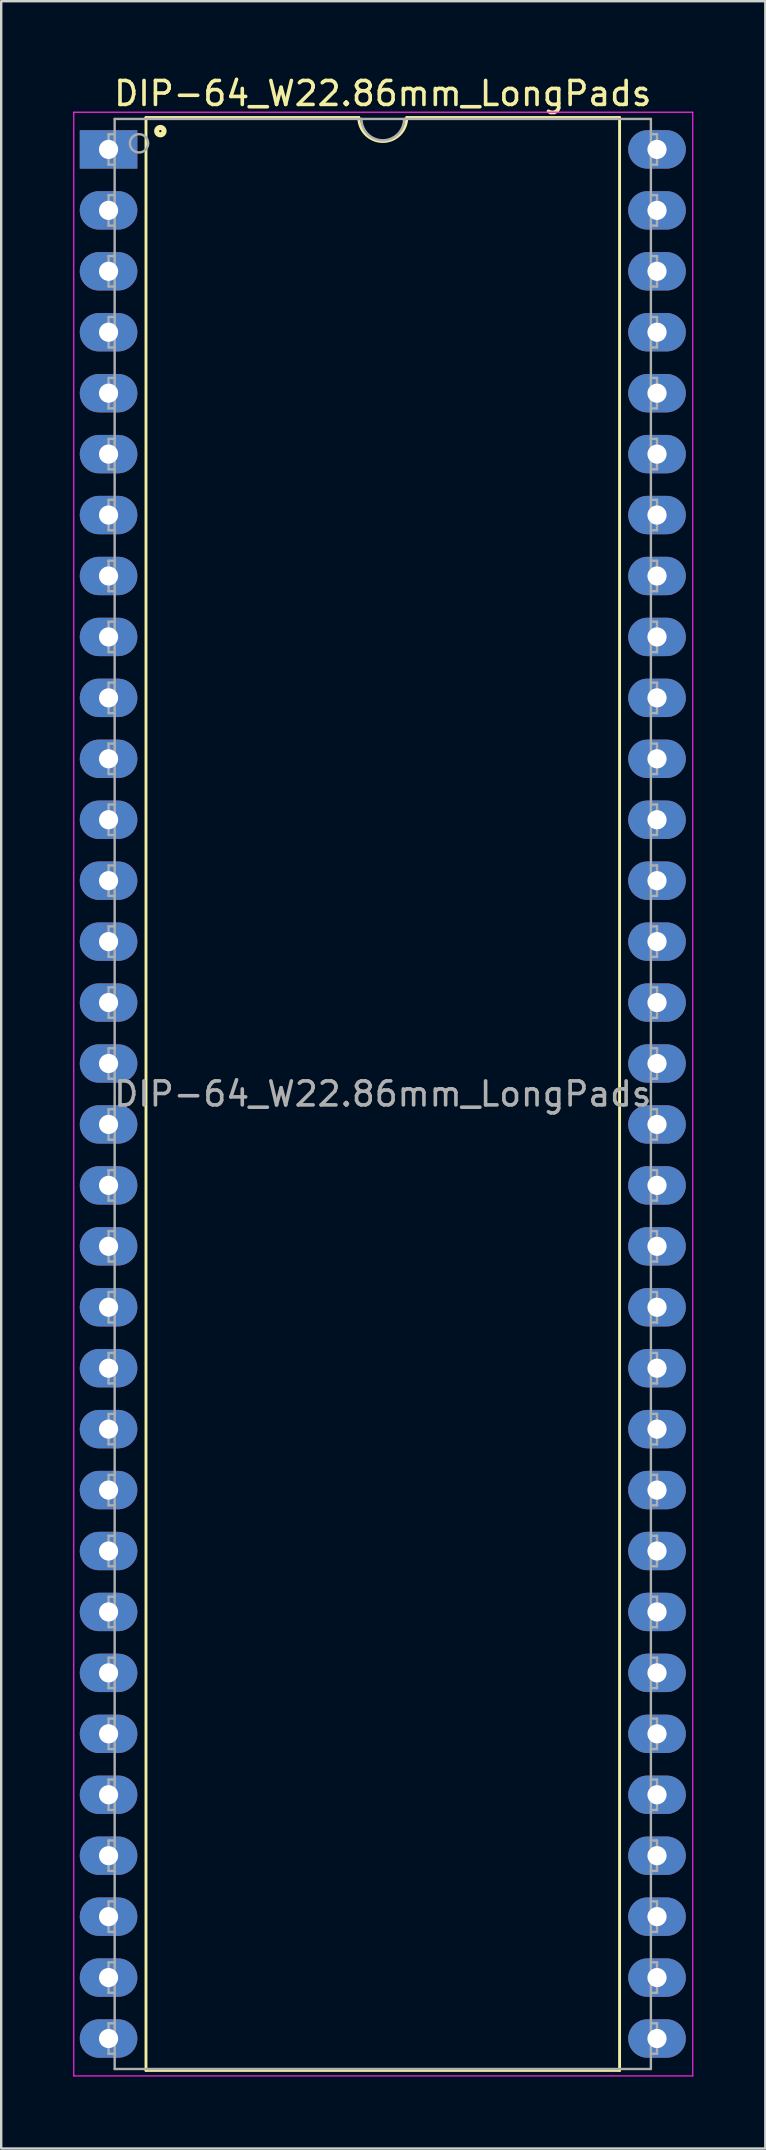
<source format=kicad_pcb>
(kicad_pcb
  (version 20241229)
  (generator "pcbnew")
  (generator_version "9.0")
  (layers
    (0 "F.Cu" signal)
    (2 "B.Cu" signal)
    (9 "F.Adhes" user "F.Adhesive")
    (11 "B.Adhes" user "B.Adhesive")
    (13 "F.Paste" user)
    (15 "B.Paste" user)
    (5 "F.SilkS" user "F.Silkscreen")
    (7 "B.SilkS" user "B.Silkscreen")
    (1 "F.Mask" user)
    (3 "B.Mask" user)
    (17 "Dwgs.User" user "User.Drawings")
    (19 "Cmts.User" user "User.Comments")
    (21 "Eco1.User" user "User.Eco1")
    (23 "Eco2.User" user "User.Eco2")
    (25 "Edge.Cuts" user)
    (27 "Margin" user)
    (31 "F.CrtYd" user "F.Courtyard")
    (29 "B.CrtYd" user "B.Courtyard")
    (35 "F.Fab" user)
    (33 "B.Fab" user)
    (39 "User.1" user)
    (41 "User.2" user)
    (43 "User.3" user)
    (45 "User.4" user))
  (footprint "DIP-64_W22.86mm_LongPads"
    (layer "F.Cu")
    (at 1.475 3.178)
    (property "Reference" "DIP-64_W22.86mm_LongPads" (at 11.43 -2.33 0) (layer "F.SilkS") (effects (font (size 1 1) (thickness 0.15))))
    (attr through_hole)
    (fp_line (start 1.56 -1.33) (end 1.56 80.07) (stroke (width 0.12) (type solid)) (layer "F.SilkS"))
    (fp_line (start 1.56 80.07) (end 21.3 80.07) (stroke (width 0.12) (type solid)) (layer "F.SilkS"))
    (fp_line (start 10.43 -1.33) (end 1.56 -1.33) (stroke (width 0.12) (type solid)) (layer "F.SilkS"))
    (fp_line (start 21.3 -1.33) (end 12.43 -1.33) (stroke (width 0.12) (type solid)) (layer "F.SilkS"))
    (fp_line (start 21.3 80.07) (end 21.3 -1.33) (stroke (width 0.12) (type solid)) (layer "F.SilkS"))
    (fp_arc (start 12.43 -1.33) (mid 11.43 -0.33) (end 10.43 -1.33) (stroke (width 0.12) (type solid)) (layer "F.SilkS"))
    (fp_circle (center 2.159 -0.762) (end 2.209 -0.762) (stroke (width 0.12) (type solid)) (fill no) (layer "F.SilkS"))
    (fp_circle (center 2.159 -0.762) (end 2.284 -0.762) (stroke (width 0.12) (type solid)) (fill no) (layer "F.SilkS"))
    (fp_circle (center 2.159 -0.762) (end 2.359 -0.762) (stroke (width 0.12) (type solid)) (fill no) (layer "F.SilkS"))
    (fp_line (start -1.45 -1.55) (end -1.45 80.3) (stroke (width 0.05) (type solid)) (layer "F.CrtYd"))
    (fp_line (start -1.45 80.3) (end 24.35 80.3) (stroke (width 0.05) (type solid)) (layer "F.CrtYd"))
    (fp_line (start 24.35 -1.55) (end -1.45 -1.55) (stroke (width 0.05) (type solid)) (layer "F.CrtYd"))
    (fp_line (start 24.35 80.3) (end 24.35 -1.55) (stroke (width 0.05) (type solid)) (layer "F.CrtYd"))
    (fp_line (start 0 -0.635) (end 0 0.635) (stroke (width 0.1) (type solid)) (layer "F.Fab"))
    (fp_line (start 0 -0.635) (end 0.254 -0.635) (stroke (width 0.1) (type solid)) (layer "F.Fab"))
    (fp_line (start 0 0.635) (end 0.254 0.635) (stroke (width 0.1) (type solid)) (layer "F.Fab"))
    (fp_line (start 0 1.905) (end 0 3.175) (stroke (width 0.1) (type solid)) (layer "F.Fab"))
    (fp_line (start 0 1.905) (end 0.254 1.905) (stroke (width 0.1) (type solid)) (layer "F.Fab"))
    (fp_line (start 0 3.175) (end 0.254 3.175) (stroke (width 0.1) (type solid)) (layer "F.Fab"))
    (fp_line (start 0 4.445) (end 0 5.715) (stroke (width 0.1) (type solid)) (layer "F.Fab"))
    (fp_line (start 0 4.445) (end 0.254 4.445) (stroke (width 0.1) (type solid)) (layer "F.Fab"))
    (fp_line (start 0 5.715) (end 0.254 5.715) (stroke (width 0.1) (type solid)) (layer "F.Fab"))
    (fp_line (start 0 6.985) (end 0 8.255) (stroke (width 0.1) (type solid)) (layer "F.Fab"))
    (fp_line (start 0 6.985) (end 0.254 6.985) (stroke (width 0.1) (type solid)) (layer "F.Fab"))
    (fp_line (start 0 8.255) (end 0.254 8.255) (stroke (width 0.1) (type solid)) (layer "F.Fab"))
    (fp_line (start 0 9.525) (end 0 10.795) (stroke (width 0.1) (type solid)) (layer "F.Fab"))
    (fp_line (start 0 9.525) (end 0.254 9.525) (stroke (width 0.1) (type solid)) (layer "F.Fab"))
    (fp_line (start 0 10.795) (end 0.254 10.795) (stroke (width 0.1) (type solid)) (layer "F.Fab"))
    (fp_line (start 0 12.065) (end 0 13.335) (stroke (width 0.1) (type solid)) (layer "F.Fab"))
    (fp_line (start 0 12.065) (end 0.254 12.065) (stroke (width 0.1) (type solid)) (layer "F.Fab"))
    (fp_line (start 0 13.335) (end 0.254 13.335) (stroke (width 0.1) (type solid)) (layer "F.Fab"))
    (fp_line (start 0 14.605) (end 0 15.875) (stroke (width 0.1) (type solid)) (layer "F.Fab"))
    (fp_line (start 0 14.605) (end 0.254 14.605) (stroke (width 0.1) (type solid)) (layer "F.Fab"))
    (fp_line (start 0 15.875) (end 0.254 15.875) (stroke (width 0.1) (type solid)) (layer "F.Fab"))
    (fp_line (start 0 17.145) (end 0 18.415) (stroke (width 0.1) (type solid)) (layer "F.Fab"))
    (fp_line (start 0 17.145) (end 0.254 17.145) (stroke (width 0.1) (type solid)) (layer "F.Fab"))
    (fp_line (start 0 18.415) (end 0.254 18.415) (stroke (width 0.1) (type solid)) (layer "F.Fab"))
    (fp_line (start 0 19.685) (end 0 20.955) (stroke (width 0.1) (type solid)) (layer "F.Fab"))
    (fp_line (start 0 19.685) (end 0.254 19.685) (stroke (width 0.1) (type solid)) (layer "F.Fab"))
    (fp_line (start 0 20.955) (end 0.254 20.955) (stroke (width 0.1) (type solid)) (layer "F.Fab"))
    (fp_line (start 0 22.225) (end 0 23.495) (stroke (width 0.1) (type solid)) (layer "F.Fab"))
    (fp_line (start 0 22.225) (end 0.254 22.225) (stroke (width 0.1) (type solid)) (layer "F.Fab"))
    (fp_line (start 0 23.495) (end 0.254 23.495) (stroke (width 0.1) (type solid)) (layer "F.Fab"))
    (fp_line (start 0 24.765) (end 0 26.035) (stroke (width 0.1) (type solid)) (layer "F.Fab"))
    (fp_line (start 0 24.765) (end 0.254 24.765) (stroke (width 0.1) (type solid)) (layer "F.Fab"))
    (fp_line (start 0 26.035) (end 0.254 26.035) (stroke (width 0.1) (type solid)) (layer "F.Fab"))
    (fp_line (start 0 27.305) (end 0 28.575) (stroke (width 0.1) (type solid)) (layer "F.Fab"))
    (fp_line (start 0 27.305) (end 0.254 27.305) (stroke (width 0.1) (type solid)) (layer "F.Fab"))
    (fp_line (start 0 28.575) (end 0.254 28.575) (stroke (width 0.1) (type solid)) (layer "F.Fab"))
    (fp_line (start 0 29.845) (end 0 31.115) (stroke (width 0.1) (type solid)) (layer "F.Fab"))
    (fp_line (start 0 29.845) (end 0.254 29.845) (stroke (width 0.1) (type solid)) (layer "F.Fab"))
    (fp_line (start 0 31.115) (end 0.254 31.115) (stroke (width 0.1) (type solid)) (layer "F.Fab"))
    (fp_line (start 0 32.385) (end 0 33.655) (stroke (width 0.1) (type solid)) (layer "F.Fab"))
    (fp_line (start 0 32.385) (end 0.254 32.385) (stroke (width 0.1) (type solid)) (layer "F.Fab"))
    (fp_line (start 0 33.655) (end 0.254 33.655) (stroke (width 0.1) (type solid)) (layer "F.Fab"))
    (fp_line (start 0 34.925) (end 0 36.195) (stroke (width 0.1) (type solid)) (layer "F.Fab"))
    (fp_line (start 0 34.925) (end 0.254 34.925) (stroke (width 0.1) (type solid)) (layer "F.Fab"))
    (fp_line (start 0 36.195) (end 0.254 36.195) (stroke (width 0.1) (type solid)) (layer "F.Fab"))
    (fp_line (start 0 37.465) (end 0 38.735) (stroke (width 0.1) (type solid)) (layer "F.Fab"))
    (fp_line (start 0 37.465) (end 0.254 37.465) (stroke (width 0.1) (type solid)) (layer "F.Fab"))
    (fp_line (start 0 38.735) (end 0.254 38.735) (stroke (width 0.1) (type solid)) (layer "F.Fab"))
    (fp_line (start 0 40.005) (end 0 41.275) (stroke (width 0.1) (type solid)) (layer "F.Fab"))
    (fp_line (start 0 40.005) (end 0.254 40.005) (stroke (width 0.1) (type solid)) (layer "F.Fab"))
    (fp_line (start 0 41.275) (end 0.254 41.275) (stroke (width 0.1) (type solid)) (layer "F.Fab"))
    (fp_line (start 0 42.545) (end 0 43.815) (stroke (width 0.1) (type solid)) (layer "F.Fab"))
    (fp_line (start 0 42.545) (end 0.254 42.545) (stroke (width 0.1) (type solid)) (layer "F.Fab"))
    (fp_line (start 0 43.815) (end 0.254 43.815) (stroke (width 0.1) (type solid)) (layer "F.Fab"))
    (fp_line (start 0 45.085) (end 0 46.355) (stroke (width 0.1) (type solid)) (layer "F.Fab"))
    (fp_line (start 0 45.085) (end 0.254 45.085) (stroke (width 0.1) (type solid)) (layer "F.Fab"))
    (fp_line (start 0 46.355) (end 0.254 46.355) (stroke (width 0.1) (type solid)) (layer "F.Fab"))
    (fp_line (start 0 47.625) (end 0 48.895) (stroke (width 0.1) (type solid)) (layer "F.Fab"))
    (fp_line (start 0 47.625) (end 0.254 47.625) (stroke (width 0.1) (type solid)) (layer "F.Fab"))
    (fp_line (start 0 48.895) (end 0.254 48.895) (stroke (width 0.1) (type solid)) (layer "F.Fab"))
    (fp_line (start 0 50.165) (end 0 51.435) (stroke (width 0.1) (type solid)) (layer "F.Fab"))
    (fp_line (start 0 50.165) (end 0.254 50.165) (stroke (width 0.1) (type solid)) (layer "F.Fab"))
    (fp_line (start 0 51.435) (end 0.254 51.435) (stroke (width 0.1) (type solid)) (layer "F.Fab"))
    (fp_line (start 0 52.705) (end 0 53.975) (stroke (width 0.1) (type solid)) (layer "F.Fab"))
    (fp_line (start 0 52.705) (end 0.254 52.705) (stroke (width 0.1) (type solid)) (layer "F.Fab"))
    (fp_line (start 0 53.975) (end 0.254 53.975) (stroke (width 0.1) (type solid)) (layer "F.Fab"))
    (fp_line (start 0 55.245) (end 0 56.515) (stroke (width 0.1) (type solid)) (layer "F.Fab"))
    (fp_line (start 0 55.245) (end 0.254 55.245) (stroke (width 0.1) (type solid)) (layer "F.Fab"))
    (fp_line (start 0 56.515) (end 0.254 56.515) (stroke (width 0.1) (type solid)) (layer "F.Fab"))
    (fp_line (start 0 57.785) (end 0 59.055) (stroke (width 0.1) (type solid)) (layer "F.Fab"))
    (fp_line (start 0 57.785) (end 0.254 57.785) (stroke (width 0.1) (type solid)) (layer "F.Fab"))
    (fp_line (start 0 59.055) (end 0.254 59.055) (stroke (width 0.1) (type solid)) (layer "F.Fab"))
    (fp_line (start 0 60.325) (end 0 61.595) (stroke (width 0.1) (type solid)) (layer "F.Fab"))
    (fp_line (start 0 60.325) (end 0.254 60.325) (stroke (width 0.1) (type solid)) (layer "F.Fab"))
    (fp_line (start 0 61.595) (end 0.254 61.595) (stroke (width 0.1) (type solid)) (layer "F.Fab"))
    (fp_line (start 0 62.865) (end 0 64.135) (stroke (width 0.1) (type solid)) (layer "F.Fab"))
    (fp_line (start 0 62.865) (end 0.254 62.865) (stroke (width 0.1) (type solid)) (layer "F.Fab"))
    (fp_line (start 0 64.135) (end 0.254 64.135) (stroke (width 0.1) (type solid)) (layer "F.Fab"))
    (fp_line (start 0 65.405) (end 0 66.675) (stroke (width 0.1) (type solid)) (layer "F.Fab"))
    (fp_line (start 0 65.405) (end 0.254 65.405) (stroke (width 0.1) (type solid)) (layer "F.Fab"))
    (fp_line (start 0 66.675) (end 0.254 66.675) (stroke (width 0.1) (type solid)) (layer "F.Fab"))
    (fp_line (start 0 67.945) (end 0 69.215) (stroke (width 0.1) (type solid)) (layer "F.Fab"))
    (fp_line (start 0 67.945) (end 0.254 67.945) (stroke (width 0.1) (type solid)) (layer "F.Fab"))
    (fp_line (start 0 69.215) (end 0.254 69.215) (stroke (width 0.1) (type solid)) (layer "F.Fab"))
    (fp_line (start 0 70.485) (end 0 71.755) (stroke (width 0.1) (type solid)) (layer "F.Fab"))
    (fp_line (start 0 70.485) (end 0.254 70.485) (stroke (width 0.1) (type solid)) (layer "F.Fab"))
    (fp_line (start 0 71.755) (end 0.254 71.755) (stroke (width 0.1) (type solid)) (layer "F.Fab"))
    (fp_line (start 0 73.025) (end 0 74.295) (stroke (width 0.1) (type solid)) (layer "F.Fab"))
    (fp_line (start 0 73.025) (end 0.254 73.025) (stroke (width 0.1) (type solid)) (layer "F.Fab"))
    (fp_line (start 0 74.295) (end 0.254 74.295) (stroke (width 0.1) (type solid)) (layer "F.Fab"))
    (fp_line (start 0 75.565) (end 0 76.835) (stroke (width 0.1) (type solid)) (layer "F.Fab"))
    (fp_line (start 0 75.565) (end 0.254 75.565) (stroke (width 0.1) (type solid)) (layer "F.Fab"))
    (fp_line (start 0 76.835) (end 0.254 76.835) (stroke (width 0.1) (type solid)) (layer "F.Fab"))
    (fp_line (start 0 78.105) (end 0 79.375) (stroke (width 0.1) (type solid)) (layer "F.Fab"))
    (fp_line (start 0 78.105) (end 0.254 78.105) (stroke (width 0.1) (type solid)) (layer "F.Fab"))
    (fp_line (start 0 79.375) (end 0.254 79.375) (stroke (width 0.1) (type solid)) (layer "F.Fab"))
    (fp_line (start 0.254 -1.27) (end 22.605 -1.27) (stroke (width 0.1) (type solid)) (layer "F.Fab"))
    (fp_line (start 0.255 80.01) (end 0.254 -1.27) (stroke (width 0.1) (type solid)) (layer "F.Fab"))
    (fp_line (start 22.605 -1.27) (end 22.605 80.01) (stroke (width 0.1) (type solid)) (layer "F.Fab"))
    (fp_line (start 22.605 80.01) (end 0.255 80.01) (stroke (width 0.1) (type solid)) (layer "F.Fab"))
    (fp_line (start 22.86 -0.635) (end 22.606 -0.635) (stroke (width 0.1) (type solid)) (layer "F.Fab"))
    (fp_line (start 22.86 0.635) (end 22.606 0.635) (stroke (width 0.1) (type solid)) (layer "F.Fab"))
    (fp_line (start 22.86 0.635) (end 22.86 -0.635) (stroke (width 0.1) (type solid)) (layer "F.Fab"))
    (fp_line (start 22.86 1.905) (end 22.606 1.905) (stroke (width 0.1) (type solid)) (layer "F.Fab"))
    (fp_line (start 22.86 3.175) (end 22.606 3.175) (stroke (width 0.1) (type solid)) (layer "F.Fab"))
    (fp_line (start 22.86 3.175) (end 22.86 1.905) (stroke (width 0.1) (type solid)) (layer "F.Fab"))
    (fp_line (start 22.86 4.445) (end 22.606 4.445) (stroke (width 0.1) (type solid)) (layer "F.Fab"))
    (fp_line (start 22.86 5.715) (end 22.606 5.715) (stroke (width 0.1) (type solid)) (layer "F.Fab"))
    (fp_line (start 22.86 5.715) (end 22.86 4.445) (stroke (width 0.1) (type solid)) (layer "F.Fab"))
    (fp_line (start 22.86 6.985) (end 22.606 6.985) (stroke (width 0.1) (type solid)) (layer "F.Fab"))
    (fp_line (start 22.86 8.255) (end 22.606 8.255) (stroke (width 0.1) (type solid)) (layer "F.Fab"))
    (fp_line (start 22.86 8.255) (end 22.86 6.985) (stroke (width 0.1) (type solid)) (layer "F.Fab"))
    (fp_line (start 22.86 9.525) (end 22.606 9.525) (stroke (width 0.1) (type solid)) (layer "F.Fab"))
    (fp_line (start 22.86 10.795) (end 22.606 10.795) (stroke (width 0.1) (type solid)) (layer "F.Fab"))
    (fp_line (start 22.86 10.795) (end 22.86 9.525) (stroke (width 0.1) (type solid)) (layer "F.Fab"))
    (fp_line (start 22.86 12.065) (end 22.606 12.065) (stroke (width 0.1) (type solid)) (layer "F.Fab"))
    (fp_line (start 22.86 13.335) (end 22.606 13.335) (stroke (width 0.1) (type solid)) (layer "F.Fab"))
    (fp_line (start 22.86 13.335) (end 22.86 12.065) (stroke (width 0.1) (type solid)) (layer "F.Fab"))
    (fp_line (start 22.86 14.605) (end 22.606 14.605) (stroke (width 0.1) (type solid)) (layer "F.Fab"))
    (fp_line (start 22.86 15.875) (end 22.606 15.875) (stroke (width 0.1) (type solid)) (layer "F.Fab"))
    (fp_line (start 22.86 15.875) (end 22.86 14.605) (stroke (width 0.1) (type solid)) (layer "F.Fab"))
    (fp_line (start 22.86 17.145) (end 22.606 17.145) (stroke (width 0.1) (type solid)) (layer "F.Fab"))
    (fp_line (start 22.86 18.415) (end 22.606 18.415) (stroke (width 0.1) (type solid)) (layer "F.Fab"))
    (fp_line (start 22.86 18.415) (end 22.86 17.145) (stroke (width 0.1) (type solid)) (layer "F.Fab"))
    (fp_line (start 22.86 19.685) (end 22.606 19.685) (stroke (width 0.1) (type solid)) (layer "F.Fab"))
    (fp_line (start 22.86 20.955) (end 22.606 20.955) (stroke (width 0.1) (type solid)) (layer "F.Fab"))
    (fp_line (start 22.86 20.955) (end 22.86 19.685) (stroke (width 0.1) (type solid)) (layer "F.Fab"))
    (fp_line (start 22.86 22.225) (end 22.606 22.225) (stroke (width 0.1) (type solid)) (layer "F.Fab"))
    (fp_line (start 22.86 23.495) (end 22.606 23.495) (stroke (width 0.1) (type solid)) (layer "F.Fab"))
    (fp_line (start 22.86 23.495) (end 22.86 22.225) (stroke (width 0.1) (type solid)) (layer "F.Fab"))
    (fp_line (start 22.86 24.765) (end 22.606 24.765) (stroke (width 0.1) (type solid)) (layer "F.Fab"))
    (fp_line (start 22.86 26.035) (end 22.606 26.035) (stroke (width 0.1) (type solid)) (layer "F.Fab"))
    (fp_line (start 22.86 26.035) (end 22.86 24.765) (stroke (width 0.1) (type solid)) (layer "F.Fab"))
    (fp_line (start 22.86 27.305) (end 22.606 27.305) (stroke (width 0.1) (type solid)) (layer "F.Fab"))
    (fp_line (start 22.86 28.575) (end 22.606 28.575) (stroke (width 0.1) (type solid)) (layer "F.Fab"))
    (fp_line (start 22.86 28.575) (end 22.86 27.305) (stroke (width 0.1) (type solid)) (layer "F.Fab"))
    (fp_line (start 22.86 29.845) (end 22.606 29.845) (stroke (width 0.1) (type solid)) (layer "F.Fab"))
    (fp_line (start 22.86 31.115) (end 22.606 31.115) (stroke (width 0.1) (type solid)) (layer "F.Fab"))
    (fp_line (start 22.86 31.115) (end 22.86 29.845) (stroke (width 0.1) (type solid)) (layer "F.Fab"))
    (fp_line (start 22.86 32.385) (end 22.606 32.385) (stroke (width 0.1) (type solid)) (layer "F.Fab"))
    (fp_line (start 22.86 33.655) (end 22.606 33.655) (stroke (width 0.1) (type solid)) (layer "F.Fab"))
    (fp_line (start 22.86 33.655) (end 22.86 32.385) (stroke (width 0.1) (type solid)) (layer "F.Fab"))
    (fp_line (start 22.86 34.925) (end 22.606 34.925) (stroke (width 0.1) (type solid)) (layer "F.Fab"))
    (fp_line (start 22.86 36.195) (end 22.606 36.195) (stroke (width 0.1) (type solid)) (layer "F.Fab"))
    (fp_line (start 22.86 36.195) (end 22.86 34.925) (stroke (width 0.1) (type solid)) (layer "F.Fab"))
    (fp_line (start 22.86 37.465) (end 22.606 37.465) (stroke (width 0.1) (type solid)) (layer "F.Fab"))
    (fp_line (start 22.86 38.735) (end 22.606 38.735) (stroke (width 0.1) (type solid)) (layer "F.Fab"))
    (fp_line (start 22.86 38.735) (end 22.86 37.465) (stroke (width 0.1) (type solid)) (layer "F.Fab"))
    (fp_line (start 22.86 40.005) (end 22.606 40.005) (stroke (width 0.1) (type solid)) (layer "F.Fab"))
    (fp_line (start 22.86 41.275) (end 22.606 41.275) (stroke (width 0.1) (type solid)) (layer "F.Fab"))
    (fp_line (start 22.86 41.275) (end 22.86 40.005) (stroke (width 0.1) (type solid)) (layer "F.Fab"))
    (fp_line (start 22.86 42.545) (end 22.606 42.545) (stroke (width 0.1) (type solid)) (layer "F.Fab"))
    (fp_line (start 22.86 43.815) (end 22.606 43.815) (stroke (width 0.1) (type solid)) (layer "F.Fab"))
    (fp_line (start 22.86 43.815) (end 22.86 42.545) (stroke (width 0.1) (type solid)) (layer "F.Fab"))
    (fp_line (start 22.86 45.085) (end 22.606 45.085) (stroke (width 0.1) (type solid)) (layer "F.Fab"))
    (fp_line (start 22.86 46.355) (end 22.606 46.355) (stroke (width 0.1) (type solid)) (layer "F.Fab"))
    (fp_line (start 22.86 46.355) (end 22.86 45.085) (stroke (width 0.1) (type solid)) (layer "F.Fab"))
    (fp_line (start 22.86 47.625) (end 22.606 47.625) (stroke (width 0.1) (type solid)) (layer "F.Fab"))
    (fp_line (start 22.86 48.895) (end 22.606 48.895) (stroke (width 0.1) (type solid)) (layer "F.Fab"))
    (fp_line (start 22.86 48.895) (end 22.86 47.625) (stroke (width 0.1) (type solid)) (layer "F.Fab"))
    (fp_line (start 22.86 50.165) (end 22.606 50.165) (stroke (width 0.1) (type solid)) (layer "F.Fab"))
    (fp_line (start 22.86 51.435) (end 22.606 51.435) (stroke (width 0.1) (type solid)) (layer "F.Fab"))
    (fp_line (start 22.86 51.435) (end 22.86 50.165) (stroke (width 0.1) (type solid)) (layer "F.Fab"))
    (fp_line (start 22.86 52.705) (end 22.606 52.705) (stroke (width 0.1) (type solid)) (layer "F.Fab"))
    (fp_line (start 22.86 53.975) (end 22.606 53.975) (stroke (width 0.1) (type solid)) (layer "F.Fab"))
    (fp_line (start 22.86 53.975) (end 22.86 52.705) (stroke (width 0.1) (type solid)) (layer "F.Fab"))
    (fp_line (start 22.86 55.245) (end 22.606 55.245) (stroke (width 0.1) (type solid)) (layer "F.Fab"))
    (fp_line (start 22.86 56.515) (end 22.606 56.515) (stroke (width 0.1) (type solid)) (layer "F.Fab"))
    (fp_line (start 22.86 56.515) (end 22.86 55.245) (stroke (width 0.1) (type solid)) (layer "F.Fab"))
    (fp_line (start 22.86 57.785) (end 22.606 57.785) (stroke (width 0.1) (type solid)) (layer "F.Fab"))
    (fp_line (start 22.86 59.055) (end 22.606 59.055) (stroke (width 0.1) (type solid)) (layer "F.Fab"))
    (fp_line (start 22.86 59.055) (end 22.86 57.785) (stroke (width 0.1) (type solid)) (layer "F.Fab"))
    (fp_line (start 22.86 60.325) (end 22.606 60.325) (stroke (width 0.1) (type solid)) (layer "F.Fab"))
    (fp_line (start 22.86 61.595) (end 22.606 61.595) (stroke (width 0.1) (type solid)) (layer "F.Fab"))
    (fp_line (start 22.86 61.595) (end 22.86 60.325) (stroke (width 0.1) (type solid)) (layer "F.Fab"))
    (fp_line (start 22.86 62.865) (end 22.606 62.865) (stroke (width 0.1) (type solid)) (layer "F.Fab"))
    (fp_line (start 22.86 64.135) (end 22.606 64.135) (stroke (width 0.1) (type solid)) (layer "F.Fab"))
    (fp_line (start 22.86 64.135) (end 22.86 62.865) (stroke (width 0.1) (type solid)) (layer "F.Fab"))
    (fp_line (start 22.86 65.405) (end 22.606 65.405) (stroke (width 0.1) (type solid)) (layer "F.Fab"))
    (fp_line (start 22.86 66.675) (end 22.606 66.675) (stroke (width 0.1) (type solid)) (layer "F.Fab"))
    (fp_line (start 22.86 66.675) (end 22.86 65.405) (stroke (width 0.1) (type solid)) (layer "F.Fab"))
    (fp_line (start 22.86 67.945) (end 22.606 67.945) (stroke (width 0.1) (type solid)) (layer "F.Fab"))
    (fp_line (start 22.86 69.215) (end 22.606 69.215) (stroke (width 0.1) (type solid)) (layer "F.Fab"))
    (fp_line (start 22.86 69.215) (end 22.86 67.945) (stroke (width 0.1) (type solid)) (layer "F.Fab"))
    (fp_line (start 22.86 70.485) (end 22.606 70.485) (stroke (width 0.1) (type solid)) (layer "F.Fab"))
    (fp_line (start 22.86 71.755) (end 22.606 71.755) (stroke (width 0.1) (type solid)) (layer "F.Fab"))
    (fp_line (start 22.86 71.755) (end 22.86 70.485) (stroke (width 0.1) (type solid)) (layer "F.Fab"))
    (fp_line (start 22.86 73.025) (end 22.606 73.025) (stroke (width 0.1) (type solid)) (layer "F.Fab"))
    (fp_line (start 22.86 74.295) (end 22.606 74.295) (stroke (width 0.1) (type solid)) (layer "F.Fab"))
    (fp_line (start 22.86 74.295) (end 22.86 73.025) (stroke (width 0.1) (type solid)) (layer "F.Fab"))
    (fp_line (start 22.86 75.565) (end 22.606 75.565) (stroke (width 0.1) (type solid)) (layer "F.Fab"))
    (fp_line (start 22.86 76.835) (end 22.606 76.835) (stroke (width 0.1) (type solid)) (layer "F.Fab"))
    (fp_line (start 22.86 76.835) (end 22.86 75.565) (stroke (width 0.1) (type solid)) (layer "F.Fab"))
    (fp_line (start 22.86 78.105) (end 22.606 78.105) (stroke (width 0.1) (type solid)) (layer "F.Fab"))
    (fp_line (start 22.86 79.375) (end 22.606 79.375) (stroke (width 0.1) (type solid)) (layer "F.Fab"))
    (fp_line (start 22.86 79.375) (end 22.86 78.105) (stroke (width 0.1) (type solid)) (layer "F.Fab"))
    (fp_arc (start 12.319 -1.27) (mid 11.43 -0.381) (end 10.541 -1.27) (stroke (width 0.1) (type solid)) (layer "F.Fab"))
    (fp_circle (center 1.27 -0.254) (end 1.651 -0.254) (stroke (width 0.1) (type solid)) (fill no) (layer "F.Fab"))
    (fp_text user "${REFERENCE}" (at 11.43 39.37 0) (layer "F.Fab") (effects (font (size 1 1) (thickness 0.15))))
    (pad "1" thru_hole rect (at 0 0) (size 2.4 1.6) (drill 0.8) (layers "*.Cu" "*.Mask"))
    (pad "2" thru_hole oval (at 0 2.54) (size 2.4 1.6) (drill 0.8) (layers "*.Cu" "*.Mask"))
    (pad "3" thru_hole oval (at 0 5.08) (size 2.4 1.6) (drill 0.8) (layers "*.Cu" "*.Mask"))
    (pad "4" thru_hole oval (at 0 7.62) (size 2.4 1.6) (drill 0.8) (layers "*.Cu" "*.Mask"))
    (pad "5" thru_hole oval (at 0 10.16) (size 2.4 1.6) (drill 0.8) (layers "*.Cu" "*.Mask"))
    (pad "6" thru_hole oval (at 0 12.7) (size 2.4 1.6) (drill 0.8) (layers "*.Cu" "*.Mask"))
    (pad "7" thru_hole oval (at 0 15.24) (size 2.4 1.6) (drill 0.8) (layers "*.Cu" "*.Mask"))
    (pad "8" thru_hole oval (at 0 17.78) (size 2.4 1.6) (drill 0.8) (layers "*.Cu" "*.Mask"))
    (pad "9" thru_hole oval (at 0 20.32) (size 2.4 1.6) (drill 0.8) (layers "*.Cu" "*.Mask"))
    (pad "10" thru_hole oval (at 0 22.86) (size 2.4 1.6) (drill 0.8) (layers "*.Cu" "*.Mask"))
    (pad "11" thru_hole oval (at 0 25.4) (size 2.4 1.6) (drill 0.8) (layers "*.Cu" "*.Mask"))
    (pad "12" thru_hole oval (at 0 27.94) (size 2.4 1.6) (drill 0.8) (layers "*.Cu" "*.Mask"))
    (pad "13" thru_hole oval (at 0 30.48) (size 2.4 1.6) (drill 0.8) (layers "*.Cu" "*.Mask"))
    (pad "14" thru_hole oval (at 0 33.02) (size 2.4 1.6) (drill 0.8) (layers "*.Cu" "*.Mask"))
    (pad "15" thru_hole oval (at 0 35.56) (size 2.4 1.6) (drill 0.8) (layers "*.Cu" "*.Mask"))
    (pad "16" thru_hole oval (at 0 38.1) (size 2.4 1.6) (drill 0.8) (layers "*.Cu" "*.Mask"))
    (pad "17" thru_hole oval (at 0 40.64) (size 2.4 1.6) (drill 0.8) (layers "*.Cu" "*.Mask"))
    (pad "18" thru_hole oval (at 0 43.18) (size 2.4 1.6) (drill 0.8) (layers "*.Cu" "*.Mask"))
    (pad "19" thru_hole oval (at 0 45.72) (size 2.4 1.6) (drill 0.8) (layers "*.Cu" "*.Mask"))
    (pad "20" thru_hole oval (at 0 48.26) (size 2.4 1.6) (drill 0.8) (layers "*.Cu" "*.Mask"))
    (pad "21" thru_hole oval (at 0 50.8) (size 2.4 1.6) (drill 0.8) (layers "*.Cu" "*.Mask"))
    (pad "22" thru_hole oval (at 0 53.34) (size 2.4 1.6) (drill 0.8) (layers "*.Cu" "*.Mask"))
    (pad "23" thru_hole oval (at 0 55.88) (size 2.4 1.6) (drill 0.8) (layers "*.Cu" "*.Mask"))
    (pad "24" thru_hole oval (at 0 58.42) (size 2.4 1.6) (drill 0.8) (layers "*.Cu" "*.Mask"))
    (pad "25" thru_hole oval (at 0 60.96) (size 2.4 1.6) (drill 0.8) (layers "*.Cu" "*.Mask"))
    (pad "26" thru_hole oval (at 0 63.5) (size 2.4 1.6) (drill 0.8) (layers "*.Cu" "*.Mask"))
    (pad "27" thru_hole oval (at 0 66.04) (size 2.4 1.6) (drill 0.8) (layers "*.Cu" "*.Mask"))
    (pad "28" thru_hole oval (at 0 68.58) (size 2.4 1.6) (drill 0.8) (layers "*.Cu" "*.Mask"))
    (pad "29" thru_hole oval (at 0 71.12) (size 2.4 1.6) (drill 0.8) (layers "*.Cu" "*.Mask"))
    (pad "30" thru_hole oval (at 0 73.66) (size 2.4 1.6) (drill 0.8) (layers "*.Cu" "*.Mask"))
    (pad "31" thru_hole oval (at 0 76.2) (size 2.4 1.6) (drill 0.8) (layers "*.Cu" "*.Mask"))
    (pad "32" thru_hole oval (at 0 78.74) (size 2.4 1.6) (drill 0.8) (layers "*.Cu" "*.Mask"))
    (pad "33" thru_hole oval (at 22.86 78.74) (size 2.4 1.6) (drill 0.8) (layers "*.Cu" "*.Mask"))
    (pad "34" thru_hole oval (at 22.86 76.2) (size 2.4 1.6) (drill 0.8) (layers "*.Cu" "*.Mask"))
    (pad "35" thru_hole oval (at 22.86 73.66) (size 2.4 1.6) (drill 0.8) (layers "*.Cu" "*.Mask"))
    (pad "36" thru_hole oval (at 22.86 71.12) (size 2.4 1.6) (drill 0.8) (layers "*.Cu" "*.Mask"))
    (pad "37" thru_hole oval (at 22.86 68.58) (size 2.4 1.6) (drill 0.8) (layers "*.Cu" "*.Mask"))
    (pad "38" thru_hole oval (at 22.86 66.04) (size 2.4 1.6) (drill 0.8) (layers "*.Cu" "*.Mask"))
    (pad "39" thru_hole oval (at 22.86 63.5) (size 2.4 1.6) (drill 0.8) (layers "*.Cu" "*.Mask"))
    (pad "40" thru_hole oval (at 22.86 60.96) (size 2.4 1.6) (drill 0.8) (layers "*.Cu" "*.Mask"))
    (pad "41" thru_hole oval (at 22.86 58.42) (size 2.4 1.6) (drill 0.8) (layers "*.Cu" "*.Mask"))
    (pad "42" thru_hole oval (at 22.86 55.88) (size 2.4 1.6) (drill 0.8) (layers "*.Cu" "*.Mask"))
    (pad "43" thru_hole oval (at 22.86 53.34) (size 2.4 1.6) (drill 0.8) (layers "*.Cu" "*.Mask"))
    (pad "44" thru_hole oval (at 22.86 50.8) (size 2.4 1.6) (drill 0.8) (layers "*.Cu" "*.Mask"))
    (pad "45" thru_hole oval (at 22.86 48.26) (size 2.4 1.6) (drill 0.8) (layers "*.Cu" "*.Mask"))
    (pad "46" thru_hole oval (at 22.86 45.72) (size 2.4 1.6) (drill 0.8) (layers "*.Cu" "*.Mask"))
    (pad "47" thru_hole oval (at 22.86 43.18) (size 2.4 1.6) (drill 0.8) (layers "*.Cu" "*.Mask"))
    (pad "48" thru_hole oval (at 22.86 40.64) (size 2.4 1.6) (drill 0.8) (layers "*.Cu" "*.Mask"))
    (pad "49" thru_hole oval (at 22.86 38.1) (size 2.4 1.6) (drill 0.8) (layers "*.Cu" "*.Mask"))
    (pad "50" thru_hole oval (at 22.86 35.56) (size 2.4 1.6) (drill 0.8) (layers "*.Cu" "*.Mask"))
    (pad "51" thru_hole oval (at 22.86 33.02) (size 2.4 1.6) (drill 0.8) (layers "*.Cu" "*.Mask"))
    (pad "52" thru_hole oval (at 22.86 30.48) (size 2.4 1.6) (drill 0.8) (layers "*.Cu" "*.Mask"))
    (pad "53" thru_hole oval (at 22.86 27.94) (size 2.4 1.6) (drill 0.8) (layers "*.Cu" "*.Mask"))
    (pad "54" thru_hole oval (at 22.86 25.4) (size 2.4 1.6) (drill 0.8) (layers "*.Cu" "*.Mask"))
    (pad "55" thru_hole oval (at 22.86 22.86) (size 2.4 1.6) (drill 0.8) (layers "*.Cu" "*.Mask"))
    (pad "56" thru_hole oval (at 22.86 20.32) (size 2.4 1.6) (drill 0.8) (layers "*.Cu" "*.Mask"))
    (pad "57" thru_hole oval (at 22.86 17.78) (size 2.4 1.6) (drill 0.8) (layers "*.Cu" "*.Mask"))
    (pad "58" thru_hole oval (at 22.86 15.24) (size 2.4 1.6) (drill 0.8) (layers "*.Cu" "*.Mask"))
    (pad "59" thru_hole oval (at 22.86 12.7) (size 2.4 1.6) (drill 0.8) (layers "*.Cu" "*.Mask"))
    (pad "60" thru_hole oval (at 22.86 10.16) (size 2.4 1.6) (drill 0.8) (layers "*.Cu" "*.Mask"))
    (pad "61" thru_hole oval (at 22.86 7.62) (size 2.4 1.6) (drill 0.8) (layers "*.Cu" "*.Mask"))
    (pad "62" thru_hole oval (at 22.86 5.08) (size 2.4 1.6) (drill 0.8) (layers "*.Cu" "*.Mask"))
    (pad "63" thru_hole oval (at 22.86 2.54) (size 2.4 1.6) (drill 0.8) (layers "*.Cu" "*.Mask"))
    (pad "64" thru_hole oval (at 22.86 0) (size 2.4 1.6) (drill 0.8) (layers "*.Cu" "*.Mask")))
  (gr_rect
    (start -3 -3)
    (end 28.85 86.503)
    (stroke (width 0.1) (type default))
    (fill no)
    (layer "Edge.Cuts")))
</source>
